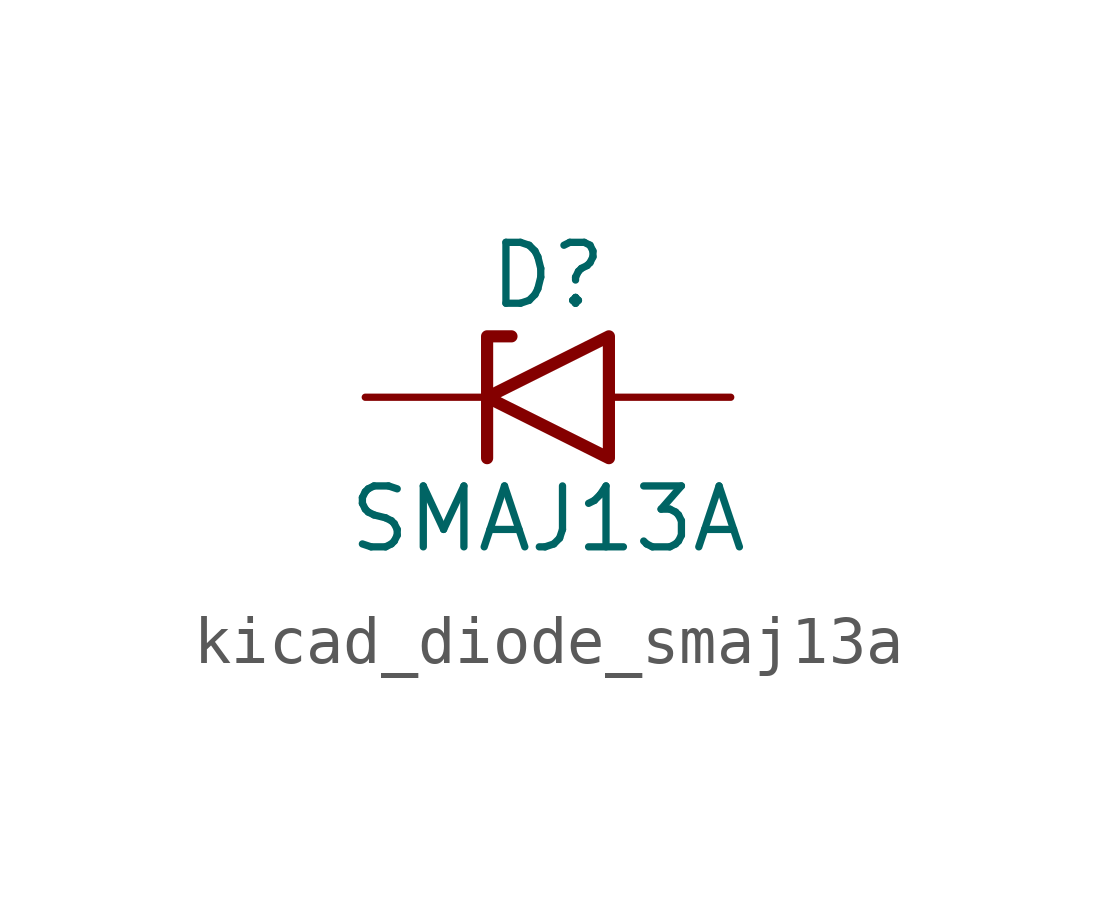
<source format=kicad_sym>
(kicad_symbol_lib
  (version 20220914)
  (generator kicad_symbol_editor)
  (symbol "kicad_diode_smaj13a"
    (pin_numbers hide)
    (pin_names
      (offset 1.016) hide)
    (property "Reference" "D"
      (at 0 2.54 0)
      (effects (font (size 1.27 1.27))))
    (property "Value" "SMAJ13A"
      (at 0 -2.54 0)
      (effects (font (size 1.27 1.27))))
    (symbol "kicad_diode_smaj13a_0_1"
      (polyline (pts (xy -0.762 1.27) (xy -1.27 1.27) (xy -1.27 -1.27)) (stroke (width 0.254) (type default)) (fill (type none)))
      (polyline (pts (xy 1.27 1.27) (xy 1.27 -1.27) (xy -1.27 0) (xy 1.27 1.27)) (stroke (width 0.254) (type default)) (fill (type none))))
    (symbol "kicad_diode_smaj13a_1_1"
      (pin passive line (at -3.81 0 0) (length 2.54) (name "A1" (effects (font (size 1.27 1.27)))) (number "1" (effects (font (size 1.27 1.27)))))
      (pin passive line (at 3.81 0 180) (length 2.54) (name "A2" (effects (font (size 1.27 1.27)))) (number "2" (effects (font (size 1.27 1.27))))))))
</source>
